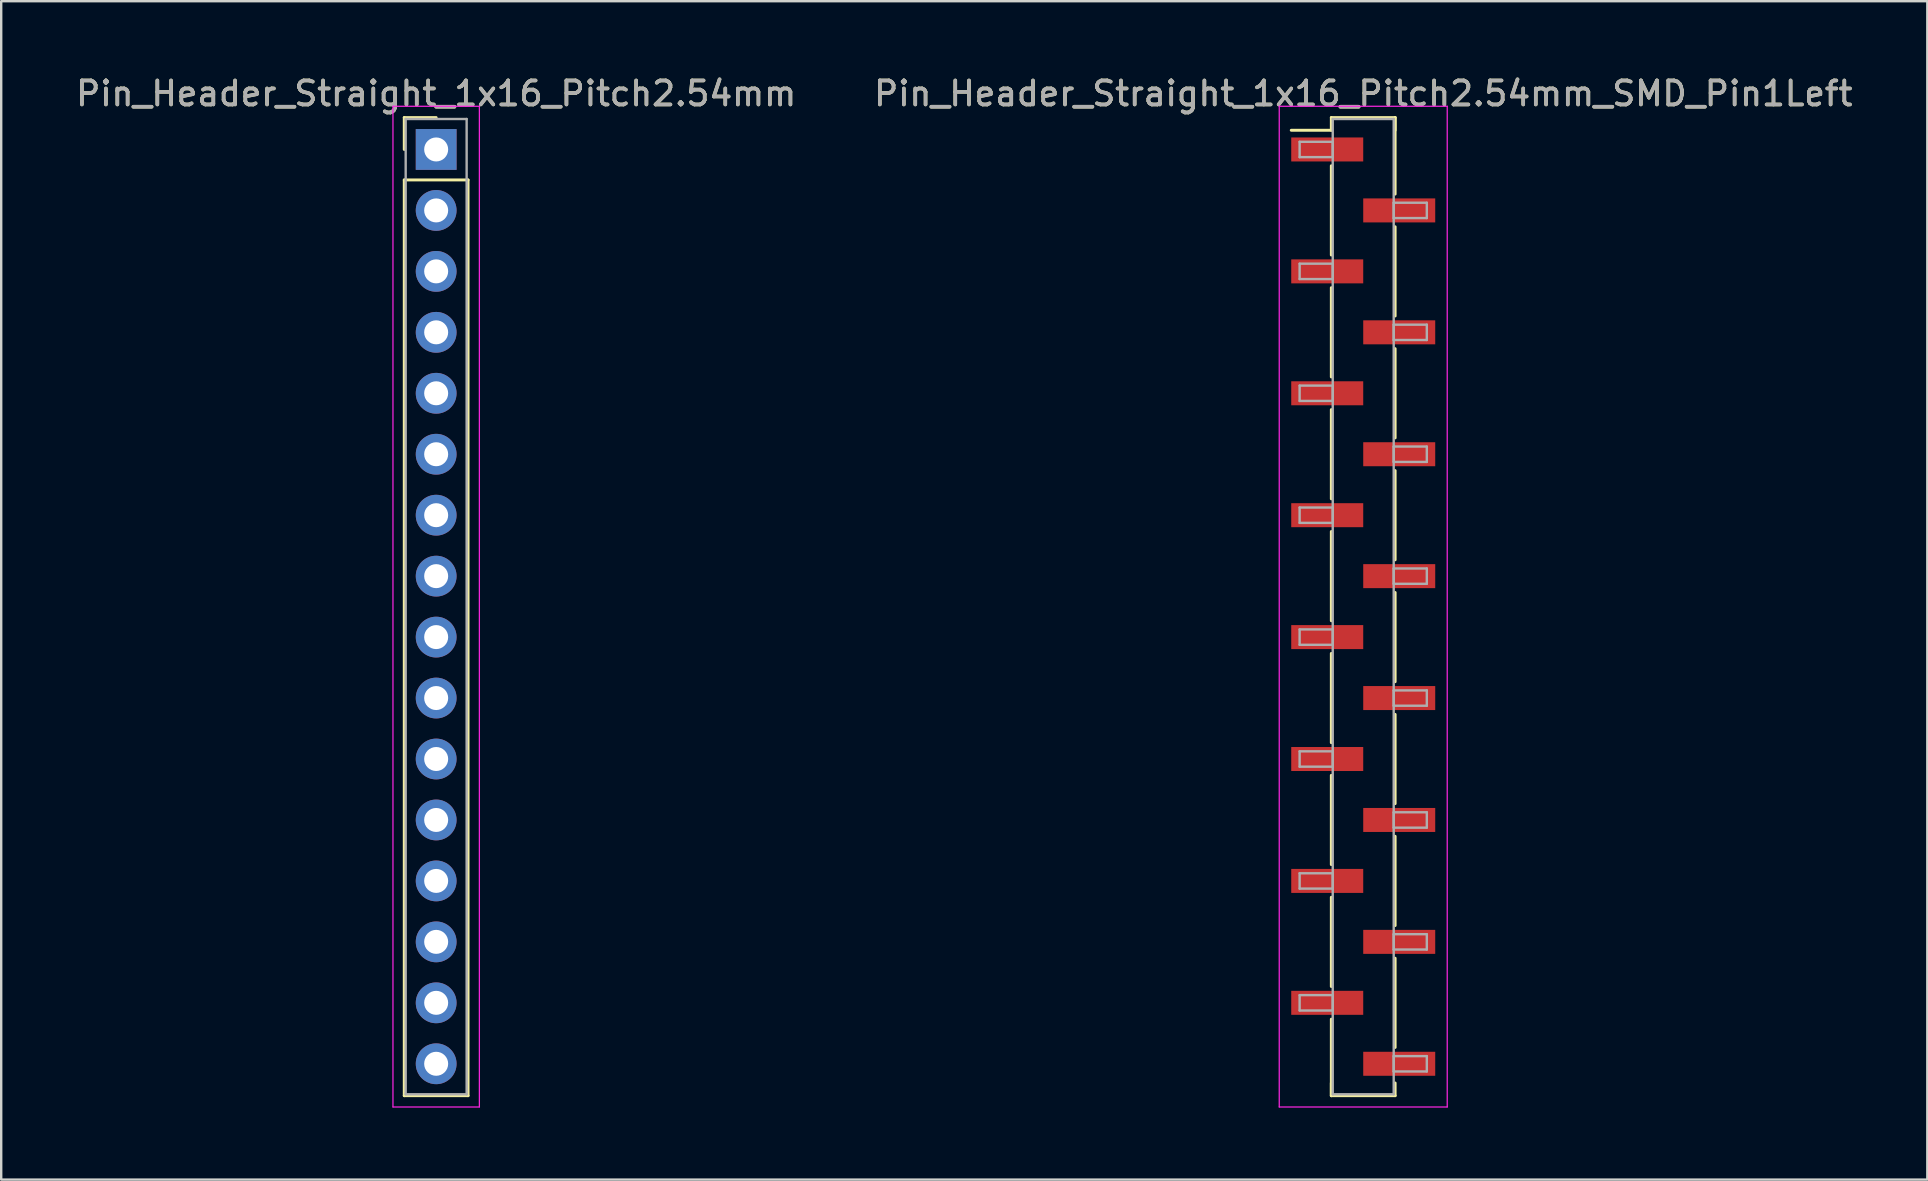
<source format=kicad_pcb>
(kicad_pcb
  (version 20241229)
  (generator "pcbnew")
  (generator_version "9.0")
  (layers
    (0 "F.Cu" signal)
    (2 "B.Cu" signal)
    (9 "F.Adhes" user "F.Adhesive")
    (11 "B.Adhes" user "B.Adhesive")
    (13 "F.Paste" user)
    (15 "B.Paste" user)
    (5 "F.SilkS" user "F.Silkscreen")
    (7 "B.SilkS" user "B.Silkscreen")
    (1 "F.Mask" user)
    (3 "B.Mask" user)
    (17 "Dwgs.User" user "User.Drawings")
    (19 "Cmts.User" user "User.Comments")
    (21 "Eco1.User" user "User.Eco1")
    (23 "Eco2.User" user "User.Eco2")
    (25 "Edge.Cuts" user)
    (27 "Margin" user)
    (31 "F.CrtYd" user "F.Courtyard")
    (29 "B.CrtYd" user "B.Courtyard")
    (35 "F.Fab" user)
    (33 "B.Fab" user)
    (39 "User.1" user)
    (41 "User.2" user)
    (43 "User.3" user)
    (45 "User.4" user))
  (footprint "Pin_Header_Straight_1x16_Pitch2.54mm"
    (layer "F.Cu")
    (at 15.125 3.178)
    (property "Reference" "Pin_Header_Straight_1x16_Pitch2.54mm" (at 0 -2.33 0) (layer "F.SilkS") (effects (font (size 1 1) (thickness 0.15))))
    (attr through_hole)
    (fp_line (start -1.33 -1.33) (end 0 -1.33) (stroke (width 0.12) (type solid)) (layer "F.SilkS"))
    (fp_line (start -1.33 0) (end -1.33 -1.33) (stroke (width 0.12) (type solid)) (layer "F.SilkS"))
    (fp_line (start -1.33 1.27) (end -1.33 39.43) (stroke (width 0.12) (type solid)) (layer "F.SilkS"))
    (fp_line (start -1.33 39.43) (end 1.33 39.43) (stroke (width 0.12) (type solid)) (layer "F.SilkS"))
    (fp_line (start 1.33 1.27) (end -1.33 1.27) (stroke (width 0.12) (type solid)) (layer "F.SilkS"))
    (fp_line (start 1.33 39.43) (end 1.33 1.27) (stroke (width 0.12) (type solid)) (layer "F.SilkS"))
    (fp_line (start -1.8 -1.8) (end -1.8 39.9) (stroke (width 0.05) (type solid)) (layer "F.CrtYd"))
    (fp_line (start -1.8 39.9) (end 1.8 39.9) (stroke (width 0.05) (type solid)) (layer "F.CrtYd"))
    (fp_line (start 1.8 -1.8) (end -1.8 -1.8) (stroke (width 0.05) (type solid)) (layer "F.CrtYd"))
    (fp_line (start 1.8 39.9) (end 1.8 -1.8) (stroke (width 0.05) (type solid)) (layer "F.CrtYd"))
    (fp_line (start -1.27 -1.27) (end -1.27 39.37) (stroke (width 0.1) (type solid)) (layer "F.Fab"))
    (fp_line (start -1.27 39.37) (end 1.27 39.37) (stroke (width 0.1) (type solid)) (layer "F.Fab"))
    (fp_line (start 1.27 -1.27) (end -1.27 -1.27) (stroke (width 0.1) (type solid)) (layer "F.Fab"))
    (fp_line (start 1.27 39.37) (end 1.27 -1.27) (stroke (width 0.1) (type solid)) (layer "F.Fab"))
    (fp_text user "${REFERENCE}" (at 0 -2.33 0) (layer "F.Fab") (effects (font (size 1 1) (thickness 0.15))))
    (pad "1" thru_hole rect (at 0 0) (size 1.7 1.7) (drill 1) (layers "*.Cu" "*.Mask"))
    (pad "2" thru_hole oval (at 0 2.54) (size 1.7 1.7) (drill 1) (layers "*.Cu" "*.Mask"))
    (pad "3" thru_hole oval (at 0 5.08) (size 1.7 1.7) (drill 1) (layers "*.Cu" "*.Mask"))
    (pad "4" thru_hole oval (at 0 7.62) (size 1.7 1.7) (drill 1) (layers "*.Cu" "*.Mask"))
    (pad "5" thru_hole oval (at 0 10.16) (size 1.7 1.7) (drill 1) (layers "*.Cu" "*.Mask"))
    (pad "6" thru_hole oval (at 0 12.7) (size 1.7 1.7) (drill 1) (layers "*.Cu" "*.Mask"))
    (pad "7" thru_hole oval (at 0 15.24) (size 1.7 1.7) (drill 1) (layers "*.Cu" "*.Mask"))
    (pad "8" thru_hole oval (at 0 17.78) (size 1.7 1.7) (drill 1) (layers "*.Cu" "*.Mask"))
    (pad "9" thru_hole oval (at 0 20.32) (size 1.7 1.7) (drill 1) (layers "*.Cu" "*.Mask"))
    (pad "10" thru_hole oval (at 0 22.86) (size 1.7 1.7) (drill 1) (layers "*.Cu" "*.Mask"))
    (pad "11" thru_hole oval (at 0 25.4) (size 1.7 1.7) (drill 1) (layers "*.Cu" "*.Mask"))
    (pad "12" thru_hole oval (at 0 27.94) (size 1.7 1.7) (drill 1) (layers "*.Cu" "*.Mask"))
    (pad "13" thru_hole oval (at 0 30.48) (size 1.7 1.7) (drill 1) (layers "*.Cu" "*.Mask"))
    (pad "14" thru_hole oval (at 0 33.02) (size 1.7 1.7) (drill 1) (layers "*.Cu" "*.Mask"))
    (pad "15" thru_hole oval (at 0 35.56) (size 1.7 1.7) (drill 1) (layers "*.Cu" "*.Mask"))
    (pad "16" thru_hole oval (at 0 38.1) (size 1.7 1.7) (drill 1) (layers "*.Cu" "*.Mask")))
  (footprint "Pin_Header_Straight_1x16_Pitch2.54mm_SMD_Pin1Left"
    (layer "F.Cu")
    (at 53.756 22.228)
    (property "Reference" "Pin_Header_Straight_1x16_Pitch2.54mm_SMD_Pin1Left" (at 0 -21.38 0) (layer "F.SilkS") (effects (font (size 1 1) (thickness 0.15))))
    (attr smd)
    (fp_line (start -1.33 -20.38) (end 1.33 -20.38) (stroke (width 0.12) (type solid)) (layer "F.SilkS"))
    (fp_line (start -1.33 -19.85) (end -3 -19.85) (stroke (width 0.12) (type solid)) (layer "F.SilkS"))
    (fp_line (start -1.33 -19.85) (end -1.33 -20.38) (stroke (width 0.12) (type solid)) (layer "F.SilkS"))
    (fp_line (start -1.33 -18.37) (end -1.33 -14.65) (stroke (width 0.12) (type solid)) (layer "F.SilkS"))
    (fp_line (start -1.33 -13.29) (end -1.33 -9.57) (stroke (width 0.12) (type solid)) (layer "F.SilkS"))
    (fp_line (start -1.33 -8.21) (end -1.33 -4.49) (stroke (width 0.12) (type solid)) (layer "F.SilkS"))
    (fp_line (start -1.33 -3.13) (end -1.33 0.59) (stroke (width 0.12) (type solid)) (layer "F.SilkS"))
    (fp_line (start -1.33 1.95) (end -1.33 5.67) (stroke (width 0.12) (type solid)) (layer "F.SilkS"))
    (fp_line (start -1.33 7.03) (end -1.33 10.75) (stroke (width 0.12) (type solid)) (layer "F.SilkS"))
    (fp_line (start -1.33 12.11) (end -1.33 15.83) (stroke (width 0.12) (type solid)) (layer "F.SilkS"))
    (fp_line (start -1.33 17.19) (end -1.33 20.38) (stroke (width 0.12) (type solid)) (layer "F.SilkS"))
    (fp_line (start -1.33 19.85) (end -1.33 20.38) (stroke (width 0.12) (type solid)) (layer "F.SilkS"))
    (fp_line (start -1.33 20.38) (end 1.33 20.38) (stroke (width 0.12) (type solid)) (layer "F.SilkS"))
    (fp_line (start 1.33 -20.38) (end 1.33 -19.85) (stroke (width 0.12) (type solid)) (layer "F.SilkS"))
    (fp_line (start 1.33 -20.38) (end 1.33 -17.19) (stroke (width 0.12) (type solid)) (layer "F.SilkS"))
    (fp_line (start 1.33 -15.83) (end 1.33 -12.11) (stroke (width 0.12) (type solid)) (layer "F.SilkS"))
    (fp_line (start 1.33 -10.75) (end 1.33 -7.03) (stroke (width 0.12) (type solid)) (layer "F.SilkS"))
    (fp_line (start 1.33 -5.67) (end 1.33 -1.95) (stroke (width 0.12) (type solid)) (layer "F.SilkS"))
    (fp_line (start 1.33 -0.59) (end 1.33 3.13) (stroke (width 0.12) (type solid)) (layer "F.SilkS"))
    (fp_line (start 1.33 4.49) (end 1.33 8.21) (stroke (width 0.12) (type solid)) (layer "F.SilkS"))
    (fp_line (start 1.33 9.57) (end 1.33 13.29) (stroke (width 0.12) (type solid)) (layer "F.SilkS"))
    (fp_line (start 1.33 14.65) (end 1.33 18.37) (stroke (width 0.12) (type solid)) (layer "F.SilkS"))
    (fp_line (start 1.33 20.38) (end 1.33 19.85) (stroke (width 0.12) (type solid)) (layer "F.SilkS"))
    (fp_line (start -3.5 -20.85) (end -3.5 20.85) (stroke (width 0.05) (type solid)) (layer "F.CrtYd"))
    (fp_line (start -3.5 20.85) (end 3.5 20.85) (stroke (width 0.05) (type solid)) (layer "F.CrtYd"))
    (fp_line (start 3.5 -20.85) (end -3.5 -20.85) (stroke (width 0.05) (type solid)) (layer "F.CrtYd"))
    (fp_line (start 3.5 20.85) (end 3.5 -20.85) (stroke (width 0.05) (type solid)) (layer "F.CrtYd"))
    (fp_line (start -2.65 -19.37) (end -1.27 -19.37) (stroke (width 0.1) (type solid)) (layer "F.Fab"))
    (fp_line (start -2.65 -18.73) (end -2.65 -19.37) (stroke (width 0.1) (type solid)) (layer "F.Fab"))
    (fp_line (start -2.65 -14.29) (end -1.27 -14.29) (stroke (width 0.1) (type solid)) (layer "F.Fab"))
    (fp_line (start -2.65 -13.65) (end -2.65 -14.29) (stroke (width 0.1) (type solid)) (layer "F.Fab"))
    (fp_line (start -2.65 -9.21) (end -1.27 -9.21) (stroke (width 0.1) (type solid)) (layer "F.Fab"))
    (fp_line (start -2.65 -8.57) (end -2.65 -9.21) (stroke (width 0.1) (type solid)) (layer "F.Fab"))
    (fp_line (start -2.65 -4.13) (end -1.27 -4.13) (stroke (width 0.1) (type solid)) (layer "F.Fab"))
    (fp_line (start -2.65 -3.49) (end -2.65 -4.13) (stroke (width 0.1) (type solid)) (layer "F.Fab"))
    (fp_line (start -2.65 0.95) (end -1.27 0.95) (stroke (width 0.1) (type solid)) (layer "F.Fab"))
    (fp_line (start -2.65 1.59) (end -2.65 0.95) (stroke (width 0.1) (type solid)) (layer "F.Fab"))
    (fp_line (start -2.65 6.03) (end -1.27 6.03) (stroke (width 0.1) (type solid)) (layer "F.Fab"))
    (fp_line (start -2.65 6.67) (end -2.65 6.03) (stroke (width 0.1) (type solid)) (layer "F.Fab"))
    (fp_line (start -2.65 11.11) (end -1.27 11.11) (stroke (width 0.1) (type solid)) (layer "F.Fab"))
    (fp_line (start -2.65 11.75) (end -2.65 11.11) (stroke (width 0.1) (type solid)) (layer "F.Fab"))
    (fp_line (start -2.65 16.19) (end -1.27 16.19) (stroke (width 0.1) (type solid)) (layer "F.Fab"))
    (fp_line (start -2.65 16.83) (end -2.65 16.19) (stroke (width 0.1) (type solid)) (layer "F.Fab"))
    (fp_line (start -1.27 -20.32) (end -1.27 20.32) (stroke (width 0.1) (type solid)) (layer "F.Fab"))
    (fp_line (start -1.27 -19.37) (end -1.27 -18.73) (stroke (width 0.1) (type solid)) (layer "F.Fab"))
    (fp_line (start -1.27 -18.73) (end -2.65 -18.73) (stroke (width 0.1) (type solid)) (layer "F.Fab"))
    (fp_line (start -1.27 -14.29) (end -1.27 -13.65) (stroke (width 0.1) (type solid)) (layer "F.Fab"))
    (fp_line (start -1.27 -13.65) (end -2.65 -13.65) (stroke (width 0.1) (type solid)) (layer "F.Fab"))
    (fp_line (start -1.27 -9.21) (end -1.27 -8.57) (stroke (width 0.1) (type solid)) (layer "F.Fab"))
    (fp_line (start -1.27 -8.57) (end -2.65 -8.57) (stroke (width 0.1) (type solid)) (layer "F.Fab"))
    (fp_line (start -1.27 -4.13) (end -1.27 -3.49) (stroke (width 0.1) (type solid)) (layer "F.Fab"))
    (fp_line (start -1.27 -3.49) (end -2.65 -3.49) (stroke (width 0.1) (type solid)) (layer "F.Fab"))
    (fp_line (start -1.27 0.95) (end -1.27 1.59) (stroke (width 0.1) (type solid)) (layer "F.Fab"))
    (fp_line (start -1.27 1.59) (end -2.65 1.59) (stroke (width 0.1) (type solid)) (layer "F.Fab"))
    (fp_line (start -1.27 6.03) (end -1.27 6.67) (stroke (width 0.1) (type solid)) (layer "F.Fab"))
    (fp_line (start -1.27 6.67) (end -2.65 6.67) (stroke (width 0.1) (type solid)) (layer "F.Fab"))
    (fp_line (start -1.27 11.11) (end -1.27 11.75) (stroke (width 0.1) (type solid)) (layer "F.Fab"))
    (fp_line (start -1.27 11.75) (end -2.65 11.75) (stroke (width 0.1) (type solid)) (layer "F.Fab"))
    (fp_line (start -1.27 16.19) (end -1.27 16.83) (stroke (width 0.1) (type solid)) (layer "F.Fab"))
    (fp_line (start -1.27 16.83) (end -2.65 16.83) (stroke (width 0.1) (type solid)) (layer "F.Fab"))
    (fp_line (start -1.27 20.32) (end 1.27 20.32) (stroke (width 0.1) (type solid)) (layer "F.Fab"))
    (fp_line (start 1.27 -20.32) (end -1.27 -20.32) (stroke (width 0.1) (type solid)) (layer "F.Fab"))
    (fp_line (start 1.27 -16.83) (end 1.27 -16.19) (stroke (width 0.1) (type solid)) (layer "F.Fab"))
    (fp_line (start 1.27 -16.19) (end 2.65 -16.19) (stroke (width 0.1) (type solid)) (layer "F.Fab"))
    (fp_line (start 1.27 -11.75) (end 1.27 -11.11) (stroke (width 0.1) (type solid)) (layer "F.Fab"))
    (fp_line (start 1.27 -11.11) (end 2.65 -11.11) (stroke (width 0.1) (type solid)) (layer "F.Fab"))
    (fp_line (start 1.27 -6.67) (end 1.27 -6.03) (stroke (width 0.1) (type solid)) (layer "F.Fab"))
    (fp_line (start 1.27 -6.03) (end 2.65 -6.03) (stroke (width 0.1) (type solid)) (layer "F.Fab"))
    (fp_line (start 1.27 -1.59) (end 1.27 -0.95) (stroke (width 0.1) (type solid)) (layer "F.Fab"))
    (fp_line (start 1.27 -0.95) (end 2.65 -0.95) (stroke (width 0.1) (type solid)) (layer "F.Fab"))
    (fp_line (start 1.27 3.49) (end 1.27 4.13) (stroke (width 0.1) (type solid)) (layer "F.Fab"))
    (fp_line (start 1.27 4.13) (end 2.65 4.13) (stroke (width 0.1) (type solid)) (layer "F.Fab"))
    (fp_line (start 1.27 8.57) (end 1.27 9.21) (stroke (width 0.1) (type solid)) (layer "F.Fab"))
    (fp_line (start 1.27 9.21) (end 2.65 9.21) (stroke (width 0.1) (type solid)) (layer "F.Fab"))
    (fp_line (start 1.27 13.65) (end 1.27 14.29) (stroke (width 0.1) (type solid)) (layer "F.Fab"))
    (fp_line (start 1.27 14.29) (end 2.65 14.29) (stroke (width 0.1) (type solid)) (layer "F.Fab"))
    (fp_line (start 1.27 18.73) (end 1.27 19.37) (stroke (width 0.1) (type solid)) (layer "F.Fab"))
    (fp_line (start 1.27 19.37) (end 2.65 19.37) (stroke (width 0.1) (type solid)) (layer "F.Fab"))
    (fp_line (start 1.27 20.32) (end 1.27 -20.32) (stroke (width 0.1) (type solid)) (layer "F.Fab"))
    (fp_line (start 2.65 -16.83) (end 1.27 -16.83) (stroke (width 0.1) (type solid)) (layer "F.Fab"))
    (fp_line (start 2.65 -16.19) (end 2.65 -16.83) (stroke (width 0.1) (type solid)) (layer "F.Fab"))
    (fp_line (start 2.65 -11.75) (end 1.27 -11.75) (stroke (width 0.1) (type solid)) (layer "F.Fab"))
    (fp_line (start 2.65 -11.11) (end 2.65 -11.75) (stroke (width 0.1) (type solid)) (layer "F.Fab"))
    (fp_line (start 2.65 -6.67) (end 1.27 -6.67) (stroke (width 0.1) (type solid)) (layer "F.Fab"))
    (fp_line (start 2.65 -6.03) (end 2.65 -6.67) (stroke (width 0.1) (type solid)) (layer "F.Fab"))
    (fp_line (start 2.65 -1.59) (end 1.27 -1.59) (stroke (width 0.1) (type solid)) (layer "F.Fab"))
    (fp_line (start 2.65 -0.95) (end 2.65 -1.59) (stroke (width 0.1) (type solid)) (layer "F.Fab"))
    (fp_line (start 2.65 3.49) (end 1.27 3.49) (stroke (width 0.1) (type solid)) (layer "F.Fab"))
    (fp_line (start 2.65 4.13) (end 2.65 3.49) (stroke (width 0.1) (type solid)) (layer "F.Fab"))
    (fp_line (start 2.65 8.57) (end 1.27 8.57) (stroke (width 0.1) (type solid)) (layer "F.Fab"))
    (fp_line (start 2.65 9.21) (end 2.65 8.57) (stroke (width 0.1) (type solid)) (layer "F.Fab"))
    (fp_line (start 2.65 13.65) (end 1.27 13.65) (stroke (width 0.1) (type solid)) (layer "F.Fab"))
    (fp_line (start 2.65 14.29) (end 2.65 13.65) (stroke (width 0.1) (type solid)) (layer "F.Fab"))
    (fp_line (start 2.65 18.73) (end 1.27 18.73) (stroke (width 0.1) (type solid)) (layer "F.Fab"))
    (fp_line (start 2.65 19.37) (end 2.65 18.73) (stroke (width 0.1) (type solid)) (layer "F.Fab"))
    (fp_text user "${REFERENCE}" (at 0 -21.38 0) (layer "F.Fab") (effects (font (size 1 1) (thickness 0.15))))
    (pad "1" smd rect (at -1.5 -19.05) (size 3 1) (layers "F.Cu" "F.Mask" "F.Paste"))
    (pad "2" smd rect (at 1.5 -16.51) (size 3 1) (layers "F.Cu" "F.Mask" "F.Paste"))
    (pad "3" smd rect (at -1.5 -13.97) (size 3 1) (layers "F.Cu" "F.Mask" "F.Paste"))
    (pad "4" smd rect (at 1.5 -11.43) (size 3 1) (layers "F.Cu" "F.Mask" "F.Paste"))
    (pad "5" smd rect (at -1.5 -8.89) (size 3 1) (layers "F.Cu" "F.Mask" "F.Paste"))
    (pad "6" smd rect (at 1.5 -6.35) (size 3 1) (layers "F.Cu" "F.Mask" "F.Paste"))
    (pad "7" smd rect (at -1.5 -3.81) (size 3 1) (layers "F.Cu" "F.Mask" "F.Paste"))
    (pad "8" smd rect (at 1.5 -1.27) (size 3 1) (layers "F.Cu" "F.Mask" "F.Paste"))
    (pad "9" smd rect (at -1.5 1.27) (size 3 1) (layers "F.Cu" "F.Mask" "F.Paste"))
    (pad "10" smd rect (at 1.5 3.81) (size 3 1) (layers "F.Cu" "F.Mask" "F.Paste"))
    (pad "11" smd rect (at -1.5 6.35) (size 3 1) (layers "F.Cu" "F.Mask" "F.Paste"))
    (pad "12" smd rect (at 1.5 8.89) (size 3 1) (layers "F.Cu" "F.Mask" "F.Paste"))
    (pad "13" smd rect (at -1.5 11.43) (size 3 1) (layers "F.Cu" "F.Mask" "F.Paste"))
    (pad "14" smd rect (at 1.5 13.97) (size 3 1) (layers "F.Cu" "F.Mask" "F.Paste"))
    (pad "15" smd rect (at -1.5 16.51) (size 3 1) (layers "F.Cu" "F.Mask" "F.Paste"))
    (pad "16" smd rect (at 1.5 19.05) (size 3 1) (layers "F.Cu" "F.Mask" "F.Paste")))
  (gr_rect
    (start -3 -3)
    (end 77.262 46.103)
    (stroke (width 0.1) (type default))
    (fill no)
    (layer "Edge.Cuts")))
</source>
